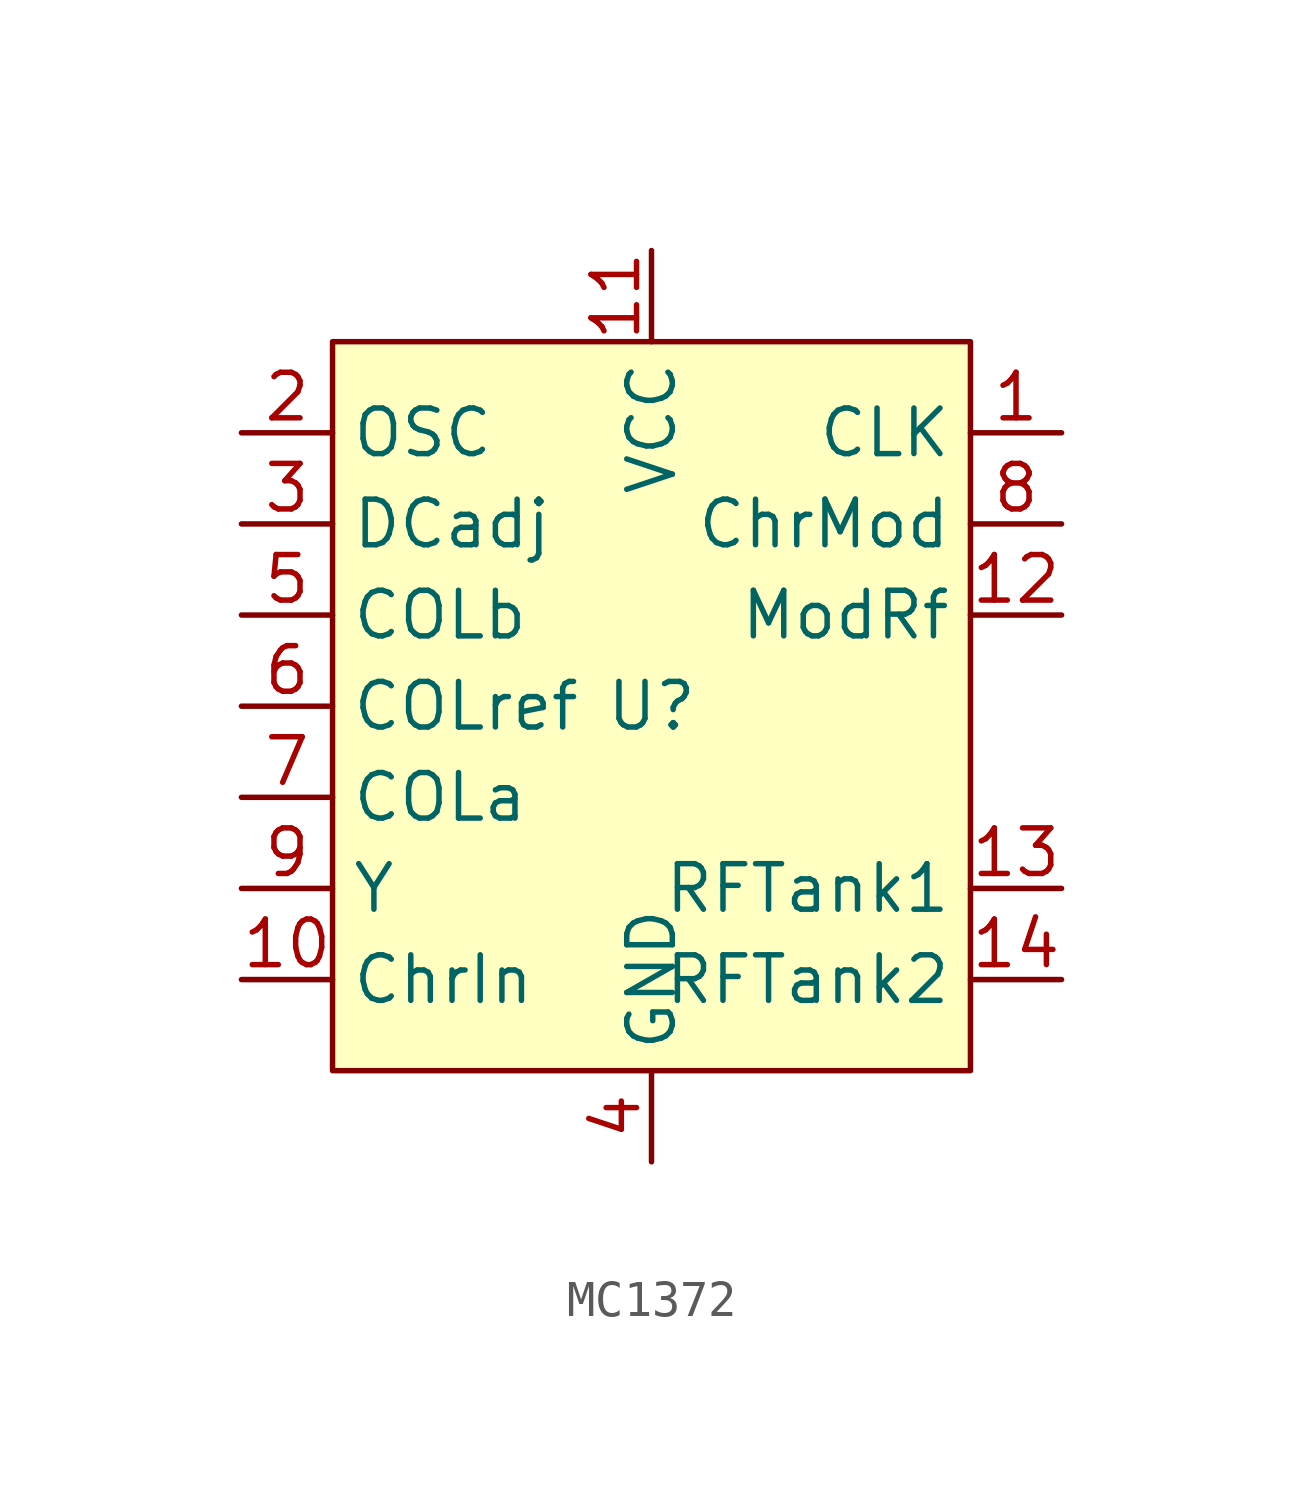
<source format=kicad_sym>
(kicad_symbol_lib
  (version 20220914)
  (generator kicad_symbol_editor)
  (symbol "MC1372"
    (property "Reference" "U"
      (at 0 0 0)
      (effects (font (size 1.27 1.27))))
    (property "Value" ""
      (at 0 -2.54 0)
      (effects (font (size 1.27 1.27))))
    (symbol "MC1372_0_1"
      (rectangle (start -8.89 10.16) (end 8.89 -10.16) (stroke (width 0) (type default)) (fill (type background))))
    (symbol "MC1372_1_1"
      (pin output line (at 11.43 7.62 180) (length 2.54) (name "CLK" (effects (font (size 1.27 1.27)))) (number "1" (effects (font (size 1.27 1.27)))))
      (pin input line (at -11.43 -7.62 0) (length 2.54) (name "ChrIn" (effects (font (size 1.27 1.27)))) (number "10" (effects (font (size 1.27 1.27)))))
      (pin passive line (at 0 12.7 270) (length 2.54) (name "VCC" (effects (font (size 1.27 1.27)))) (number "11" (effects (font (size 1.27 1.27)))))
      (pin output line (at 11.43 2.54 180) (length 2.54) (name "ModRf" (effects (font (size 1.27 1.27)))) (number "12" (effects (font (size 1.27 1.27)))))
      (pin passive line (at 11.43 -5.08 180) (length 2.54) (name "RFTank1" (effects (font (size 1.27 1.27)))) (number "13" (effects (font (size 1.27 1.27)))))
      (pin passive line (at 11.43 -7.62 180) (length 2.54) (name "RFTank2" (effects (font (size 1.27 1.27)))) (number "14" (effects (font (size 1.27 1.27)))))
      (pin input line (at -11.43 7.62 0) (length 2.54) (name "OSC" (effects (font (size 1.27 1.27)))) (number "2" (effects (font (size 1.27 1.27)))))
      (pin input line (at -11.43 5.08 0) (length 2.54) (name "DCadj" (effects (font (size 1.27 1.27)))) (number "3" (effects (font (size 1.27 1.27)))))
      (pin passive line (at 0 -12.7 90) (length 2.54) (name "GND" (effects (font (size 1.27 1.27)))) (number "4" (effects (font (size 1.27 1.27)))))
      (pin input line (at -11.43 2.54 0) (length 2.54) (name "COLb" (effects (font (size 1.27 1.27)))) (number "5" (effects (font (size 1.27 1.27)))))
      (pin input line (at -11.43 0 0) (length 2.54) (name "COLref" (effects (font (size 1.27 1.27)))) (number "6" (effects (font (size 1.27 1.27)))))
      (pin input line (at -11.43 -2.54 0) (length 2.54) (name "COLa" (effects (font (size 1.27 1.27)))) (number "7" (effects (font (size 1.27 1.27)))))
      (pin output line (at 11.43 5.08 180) (length 2.54) (name "ChrMod" (effects (font (size 1.27 1.27)))) (number "8" (effects (font (size 1.27 1.27)))))
      (pin input line (at -11.43 -5.08 0) (length 2.54) (name "Y" (effects (font (size 1.27 1.27)))) (number "9" (effects (font (size 1.27 1.27))))))))
</source>
